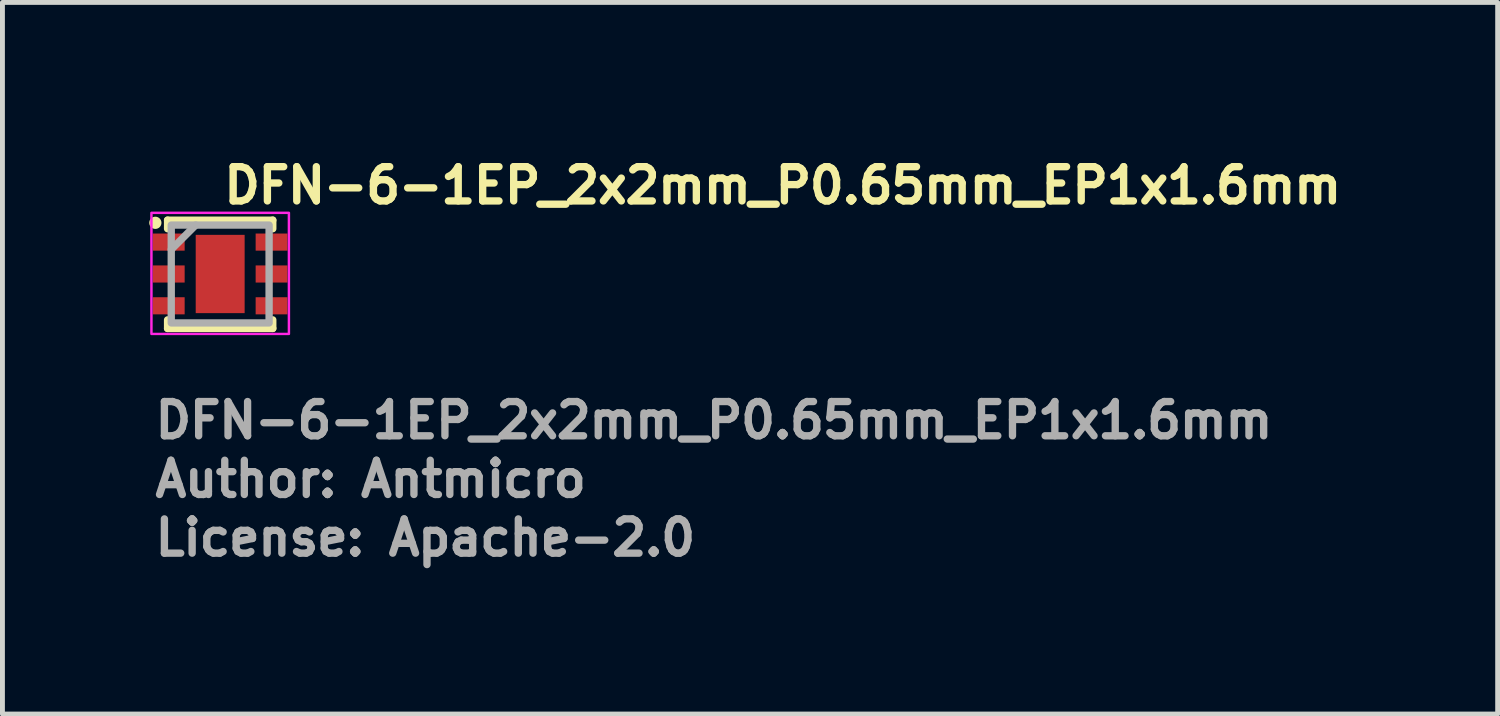
<source format=kicad_pcb>
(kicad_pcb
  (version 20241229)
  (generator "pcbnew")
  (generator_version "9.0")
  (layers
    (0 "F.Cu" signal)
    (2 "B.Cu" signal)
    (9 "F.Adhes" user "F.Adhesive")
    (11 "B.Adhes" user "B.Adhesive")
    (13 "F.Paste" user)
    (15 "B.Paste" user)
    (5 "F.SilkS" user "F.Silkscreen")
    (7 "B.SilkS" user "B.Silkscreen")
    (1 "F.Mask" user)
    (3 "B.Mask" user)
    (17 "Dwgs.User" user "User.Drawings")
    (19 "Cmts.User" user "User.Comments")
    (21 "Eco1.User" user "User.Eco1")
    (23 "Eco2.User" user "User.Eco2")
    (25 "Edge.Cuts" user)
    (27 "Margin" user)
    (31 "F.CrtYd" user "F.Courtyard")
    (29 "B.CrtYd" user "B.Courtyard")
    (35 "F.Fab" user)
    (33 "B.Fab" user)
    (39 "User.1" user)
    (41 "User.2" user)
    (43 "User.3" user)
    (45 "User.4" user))
  (footprint "DFN-6-1EP_2x2mm_P0.65mm_EP1x1.6mm"
    (layer "F.Cu")
    (at 1.45 2.55)
    (property "Reference" "DFN-6-1EP_2x2mm_P0.65mm_EP1x1.6mm" (at 0 -1.4 0) (layer "F.SilkS") (effects (font (size 0.7 0.7) (thickness 0.15)) (justify left bottom)))
    (attr smd)
    (fp_line (start -1.075 -1.1) (end -1.075 -0.925) (stroke (width 0.15) (type solid)) (layer "F.SilkS"))
    (fp_line (start -1.075 -1.1) (end 1.075 -1.1) (stroke (width 0.15) (type solid)) (layer "F.SilkS"))
    (fp_line (start -1.075 0.938) (end -1.075 1.113) (stroke (width 0.15) (type solid)) (layer "F.SilkS"))
    (fp_line (start -1.075 1.113) (end 1.075 1.113) (stroke (width 0.15) (type solid)) (layer "F.SilkS"))
    (fp_line (start 1.075 -1.1) (end 1.075 -0.925) (stroke (width 0.15) (type solid)) (layer "F.SilkS"))
    (fp_line (start 1.075 0.938) (end 1.075 1.113) (stroke (width 0.15) (type solid)) (layer "F.SilkS"))
    (fp_circle (center -1.325 -1.046) (end -1.275 -1.046) (stroke (width 0.15) (type solid)) (fill yes) (layer "F.SilkS"))
    (fp_rect (start -1.405 -1.25) (end 1.405 1.225) (stroke (width 0.05) (type solid)) (fill no) (layer "F.CrtYd"))
    (fp_line (start -1 -0.5) (end -0.5 -1) (stroke (width 0.15) (type solid)) (layer "F.Fab"))
    (fp_rect (start 1 1) (end -1 -1) (stroke (width 0.15) (type solid)) (fill no) (layer "F.Fab"))
    (fp_rect (start -1 -1) (end 1 1) (stroke (width 0.1) (type solid)) (fill no) (layer "User.5"))
    (fp_line (start -1 -0.802) (end -1 -0.5) (stroke (width 0.02) (type solid)) (layer "User.9"))
    (fp_line (start -1 -0.5) (end -0.99 -0.5) (stroke (width 0.02) (type solid)) (layer "User.9"))
    (fp_line (start -1 -0.15) (end -1 0.148) (stroke (width 0.02) (type solid)) (layer "User.9"))
    (fp_line (start -1 0.148) (end -0.99 0.148) (stroke (width 0.02) (type solid)) (layer "User.9"))
    (fp_line (start -1 0.498) (end -1 0.8) (stroke (width 0.02) (type solid)) (layer "User.9"))
    (fp_line (start -1 0.8) (end -0.99 0.8) (stroke (width 0.02) (type solid)) (layer "User.9"))
    (fp_line (start -0.99 -0.99) (end -0.99 0.988) (stroke (width 0.02) (type solid)) (layer "User.9"))
    (fp_line (start -0.99 -0.99) (end 0.988 -0.99) (stroke (width 0.02) (type solid)) (layer "User.9"))
    (fp_line (start -0.99 -0.802) (end -1 -0.802) (stroke (width 0.02) (type solid)) (layer "User.9"))
    (fp_line (start -0.99 -0.15) (end -1 -0.15) (stroke (width 0.02) (type solid)) (layer "User.9"))
    (fp_line (start -0.99 0.498) (end -1 0.498) (stroke (width 0.02) (type solid)) (layer "User.9"))
    (fp_line (start -0.99 0.988) (end 0.988 0.988) (stroke (width 0.02) (type solid)) (layer "User.9"))
    (fp_line (start 0.988 -0.99) (end 0.988 0.988) (stroke (width 0.02) (type solid)) (layer "User.9"))
    (fp_line (start 0.988 -0.5) (end 0.998 -0.5) (stroke (width 0.02) (type solid)) (layer "User.9"))
    (fp_line (start 0.988 0.148) (end 0.998 0.148) (stroke (width 0.02) (type solid)) (layer "User.9"))
    (fp_line (start 0.988 0.8) (end 0.998 0.8) (stroke (width 0.02) (type solid)) (layer "User.9"))
    (fp_line (start 0.998 -0.802) (end 0.988 -0.802) (stroke (width 0.02) (type solid)) (layer "User.9"))
    (fp_line (start 0.998 -0.5) (end 0.998 -0.802) (stroke (width 0.02) (type solid)) (layer "User.9"))
    (fp_line (start 0.998 -0.15) (end 0.988 -0.15) (stroke (width 0.02) (type solid)) (layer "User.9"))
    (fp_line (start 0.998 0.148) (end 0.998 -0.15) (stroke (width 0.02) (type solid)) (layer "User.9"))
    (fp_line (start 0.998 0.498) (end 0.988 0.498) (stroke (width 0.02) (type solid)) (layer "User.9"))
    (fp_line (start 0.998 0.8) (end 0.998 0.498) (stroke (width 0.02) (type solid)) (layer "User.9"))
    (fp_circle (center -0.525 -0.525) (end -0.35 -0.525) (stroke (width 0.02) (type solid)) (fill no) (layer "User.9"))
    (fp_text user "${REFERENCE}" (at -1.405 3.4 0) (layer "F.Fab") (effects (font (size 0.7 0.7) (thickness 0.15)) (justify left bottom)))
    (fp_text user "License: Apache-2.0" (at -1.405 5.799 0) (layer "F.Fab") (effects (font (size 0.7 0.7) (thickness 0.15)) (justify left bottom)))
    (fp_text user "Author: Antmicro" (at -1.405 4.6 0) (layer "F.Fab") (effects (font (size 0.7 0.7) (thickness 0.15)) (justify left bottom)))
    (pad "" smd rect (at 0 -0.402) (size 0.82 0.63) (layers "F.Paste"))
    (pad "" smd rect (at 0 0.4) (size 0.82 0.63) (layers "F.Paste"))
    (pad "1" smd rect (at -1.051 -0.652) (size 0.65 0.35) (layers "F.Cu" "F.Mask" "F.Paste"))
    (pad "2" smd rect (at -1.051 0) (size 0.65 0.35) (layers "F.Cu" "F.Mask" "F.Paste"))
    (pad "3" smd rect (at -1.051 0.65) (size 0.65 0.35) (layers "F.Cu" "F.Mask" "F.Paste"))
    (pad "4" smd rect (at 1.05 0.65) (size 0.65 0.35) (layers "F.Cu" "F.Mask" "F.Paste"))
    (pad "5" smd rect (at 1.05 0) (size 0.65 0.35) (layers "F.Cu" "F.Mask" "F.Paste"))
    (pad "6" smd rect (at 1.05 -0.652) (size 0.65 0.35) (layers "F.Cu" "F.Mask" "F.Paste"))
    (pad "7" smd rect (at 0 0) (size 1 1.6) (layers "F.Cu" "F.Mask")))
  (gr_rect
    (start -3 -3)
    (end 27.56 11.544)
    (stroke (width 0.1) (type default))
    (fill no)
    (layer "Edge.Cuts")))
</source>
